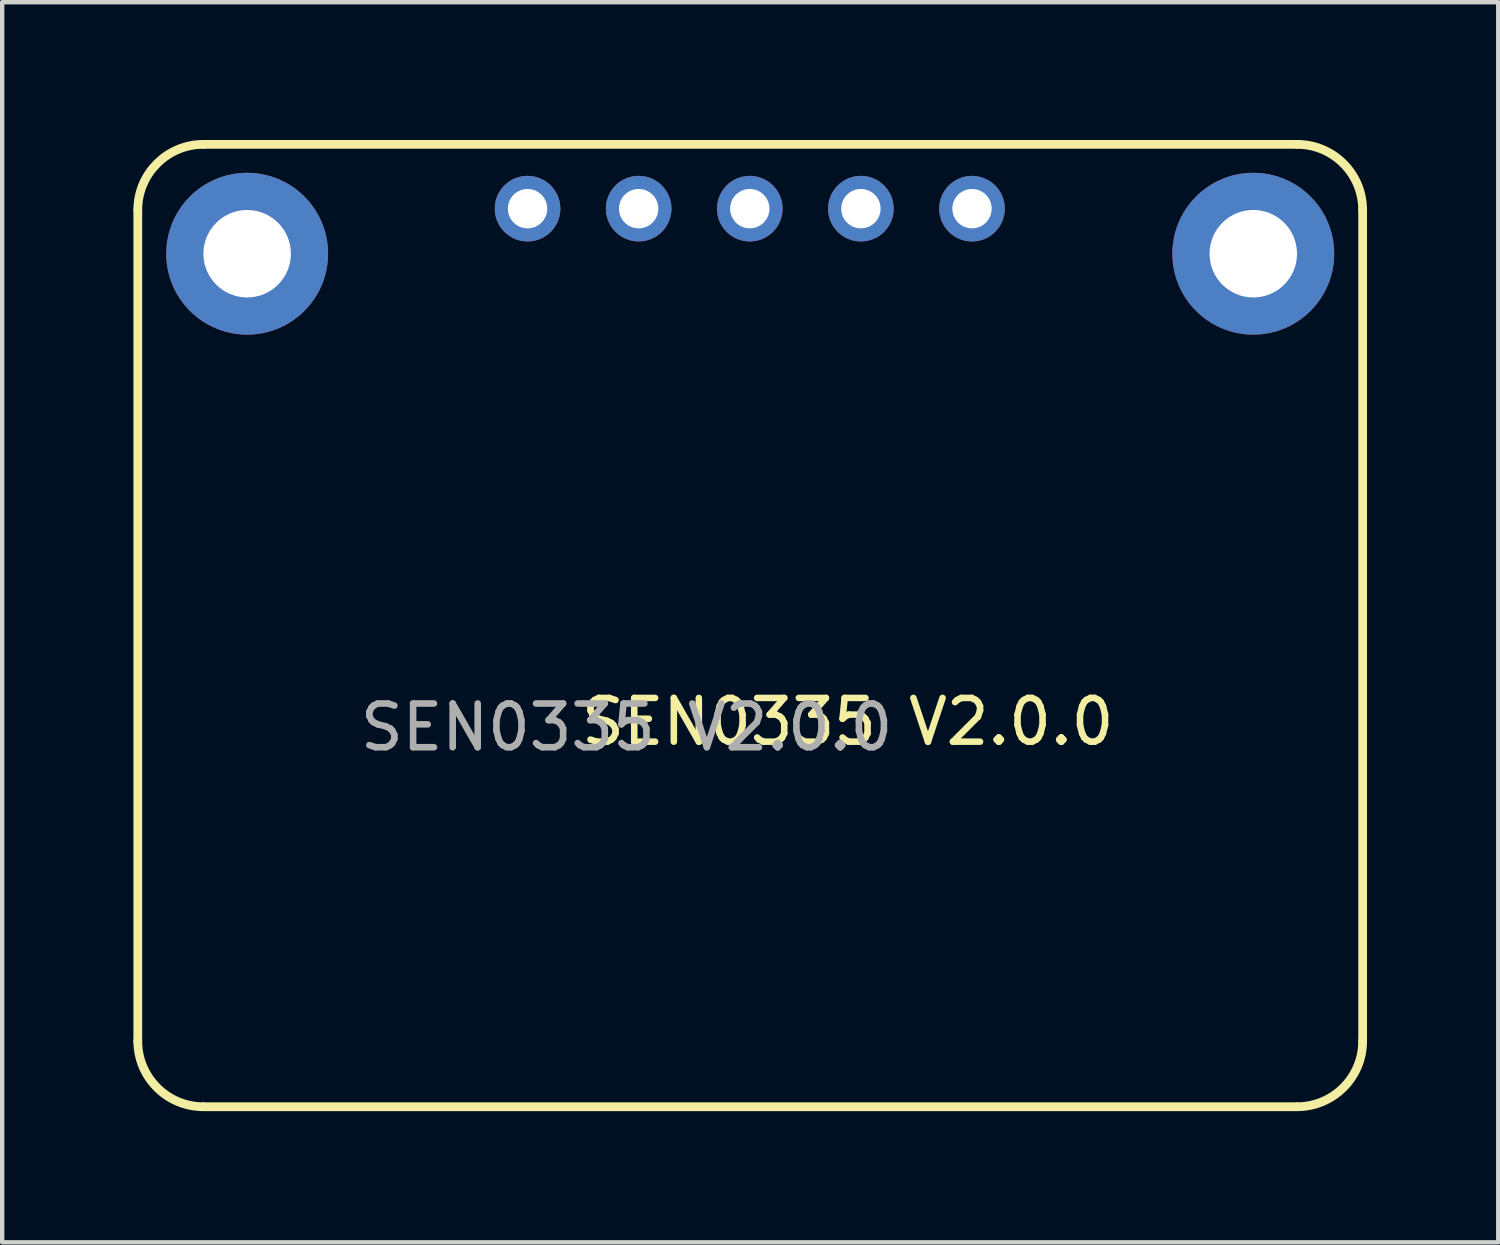
<source format=kicad_pcb>
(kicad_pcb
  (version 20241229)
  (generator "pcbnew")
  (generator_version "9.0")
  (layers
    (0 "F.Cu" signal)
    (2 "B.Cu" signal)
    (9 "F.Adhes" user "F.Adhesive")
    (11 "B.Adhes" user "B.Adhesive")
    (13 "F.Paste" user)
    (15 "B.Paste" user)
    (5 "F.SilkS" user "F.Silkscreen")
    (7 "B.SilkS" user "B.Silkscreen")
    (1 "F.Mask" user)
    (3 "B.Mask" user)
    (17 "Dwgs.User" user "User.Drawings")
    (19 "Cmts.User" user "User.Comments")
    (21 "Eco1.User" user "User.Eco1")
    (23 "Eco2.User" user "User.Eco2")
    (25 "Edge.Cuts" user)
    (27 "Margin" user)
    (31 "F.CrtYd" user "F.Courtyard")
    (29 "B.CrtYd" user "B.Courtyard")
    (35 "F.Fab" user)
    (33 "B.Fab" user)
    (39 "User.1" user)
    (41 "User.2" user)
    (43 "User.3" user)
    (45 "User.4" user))
  (footprint "SEN0335 V2.0.0"
    (layer "F.Cu")
    (at 1.6 0.25)
    (property "Reference" "SEN0335 V2.0.0" (at 14.73 13.2 0) (unlocked yes) (layer "F.SilkS") (effects (font (size 1 1) (thickness 0.15))))
    (fp_line (start -1.5 1.5) (end -1.5 20.5) (stroke (width 0.2) (type solid)) (layer "F.SilkS"))
    (fp_line (start 0 0) (end 25 0) (stroke (width 0.2) (type solid)) (layer "F.SilkS"))
    (fp_line (start 25 22) (end -0.000002 22) (stroke (width 0.2) (type solid)) (layer "F.SilkS"))
    (fp_line (start 26.5 20.5) (end 26.5 1.5) (stroke (width 0.2) (type solid)) (layer "F.SilkS"))
    (fp_arc (start -1.499998 1.499998) (mid -1.060659 0.439339) (end 0 0) (stroke (width 0.2) (type solid)) (layer "F.SilkS"))
    (fp_arc (start -0.000002 21.999998) (mid -1.060661 21.560659) (end -1.5 20.5) (stroke (width 0.2) (type solid)) (layer "F.SilkS"))
    (fp_arc (start 25 0) (mid 26.060659 0.439339) (end 26.499998 1.499998) (stroke (width 0.2) (type solid)) (layer "F.SilkS"))
    (fp_arc (start 26.499996 20.5) (mid 26.060657 21.560659) (end 24.999998 21.999998) (stroke (width 0.2) (type solid)) (layer "F.SilkS"))
    (fp_text user "${REFERENCE}" (at 9.675 13.327 0) (unlocked yes) (layer "F.Fab") (effects (font (size 1 1) (thickness 0.15))))
    (pad "0" thru_hole circle (at 1 2.5) (size 3.7 3.7) (drill 2) (layers "*.Cu" "*.Mask"))
    (pad "0" thru_hole circle (at 24 2.5) (size 3.7 3.7) (drill 2) (layers "*.Cu" "*.Mask"))
    (pad "1" thru_hole circle (at 7.41 1.47) (size 1.5 1.5) (drill 0.9) (layers "*.Cu" "*.Mask"))
    (pad "2" thru_hole circle (at 9.95 1.47) (size 1.5 1.5) (drill 0.9) (layers "*.Cu" "*.Mask"))
    (pad "3" thru_hole circle (at 12.49 1.47) (size 1.5 1.5) (drill 0.9) (layers "*.Cu" "*.Mask"))
    (pad "4" thru_hole circle (at 15.03 1.47) (size 1.5 1.5) (drill 0.9) (layers "*.Cu" "*.Mask"))
    (pad "5" thru_hole circle (at 17.57 1.47) (size 1.5 1.5) (drill 0.9) (layers "*.Cu" "*.Mask")))
  (gr_rect
    (start -3 -3)
    (end 31.2 25.35)
    (stroke (width 0.1) (type default))
    (fill no)
    (layer "Edge.Cuts")))
</source>
